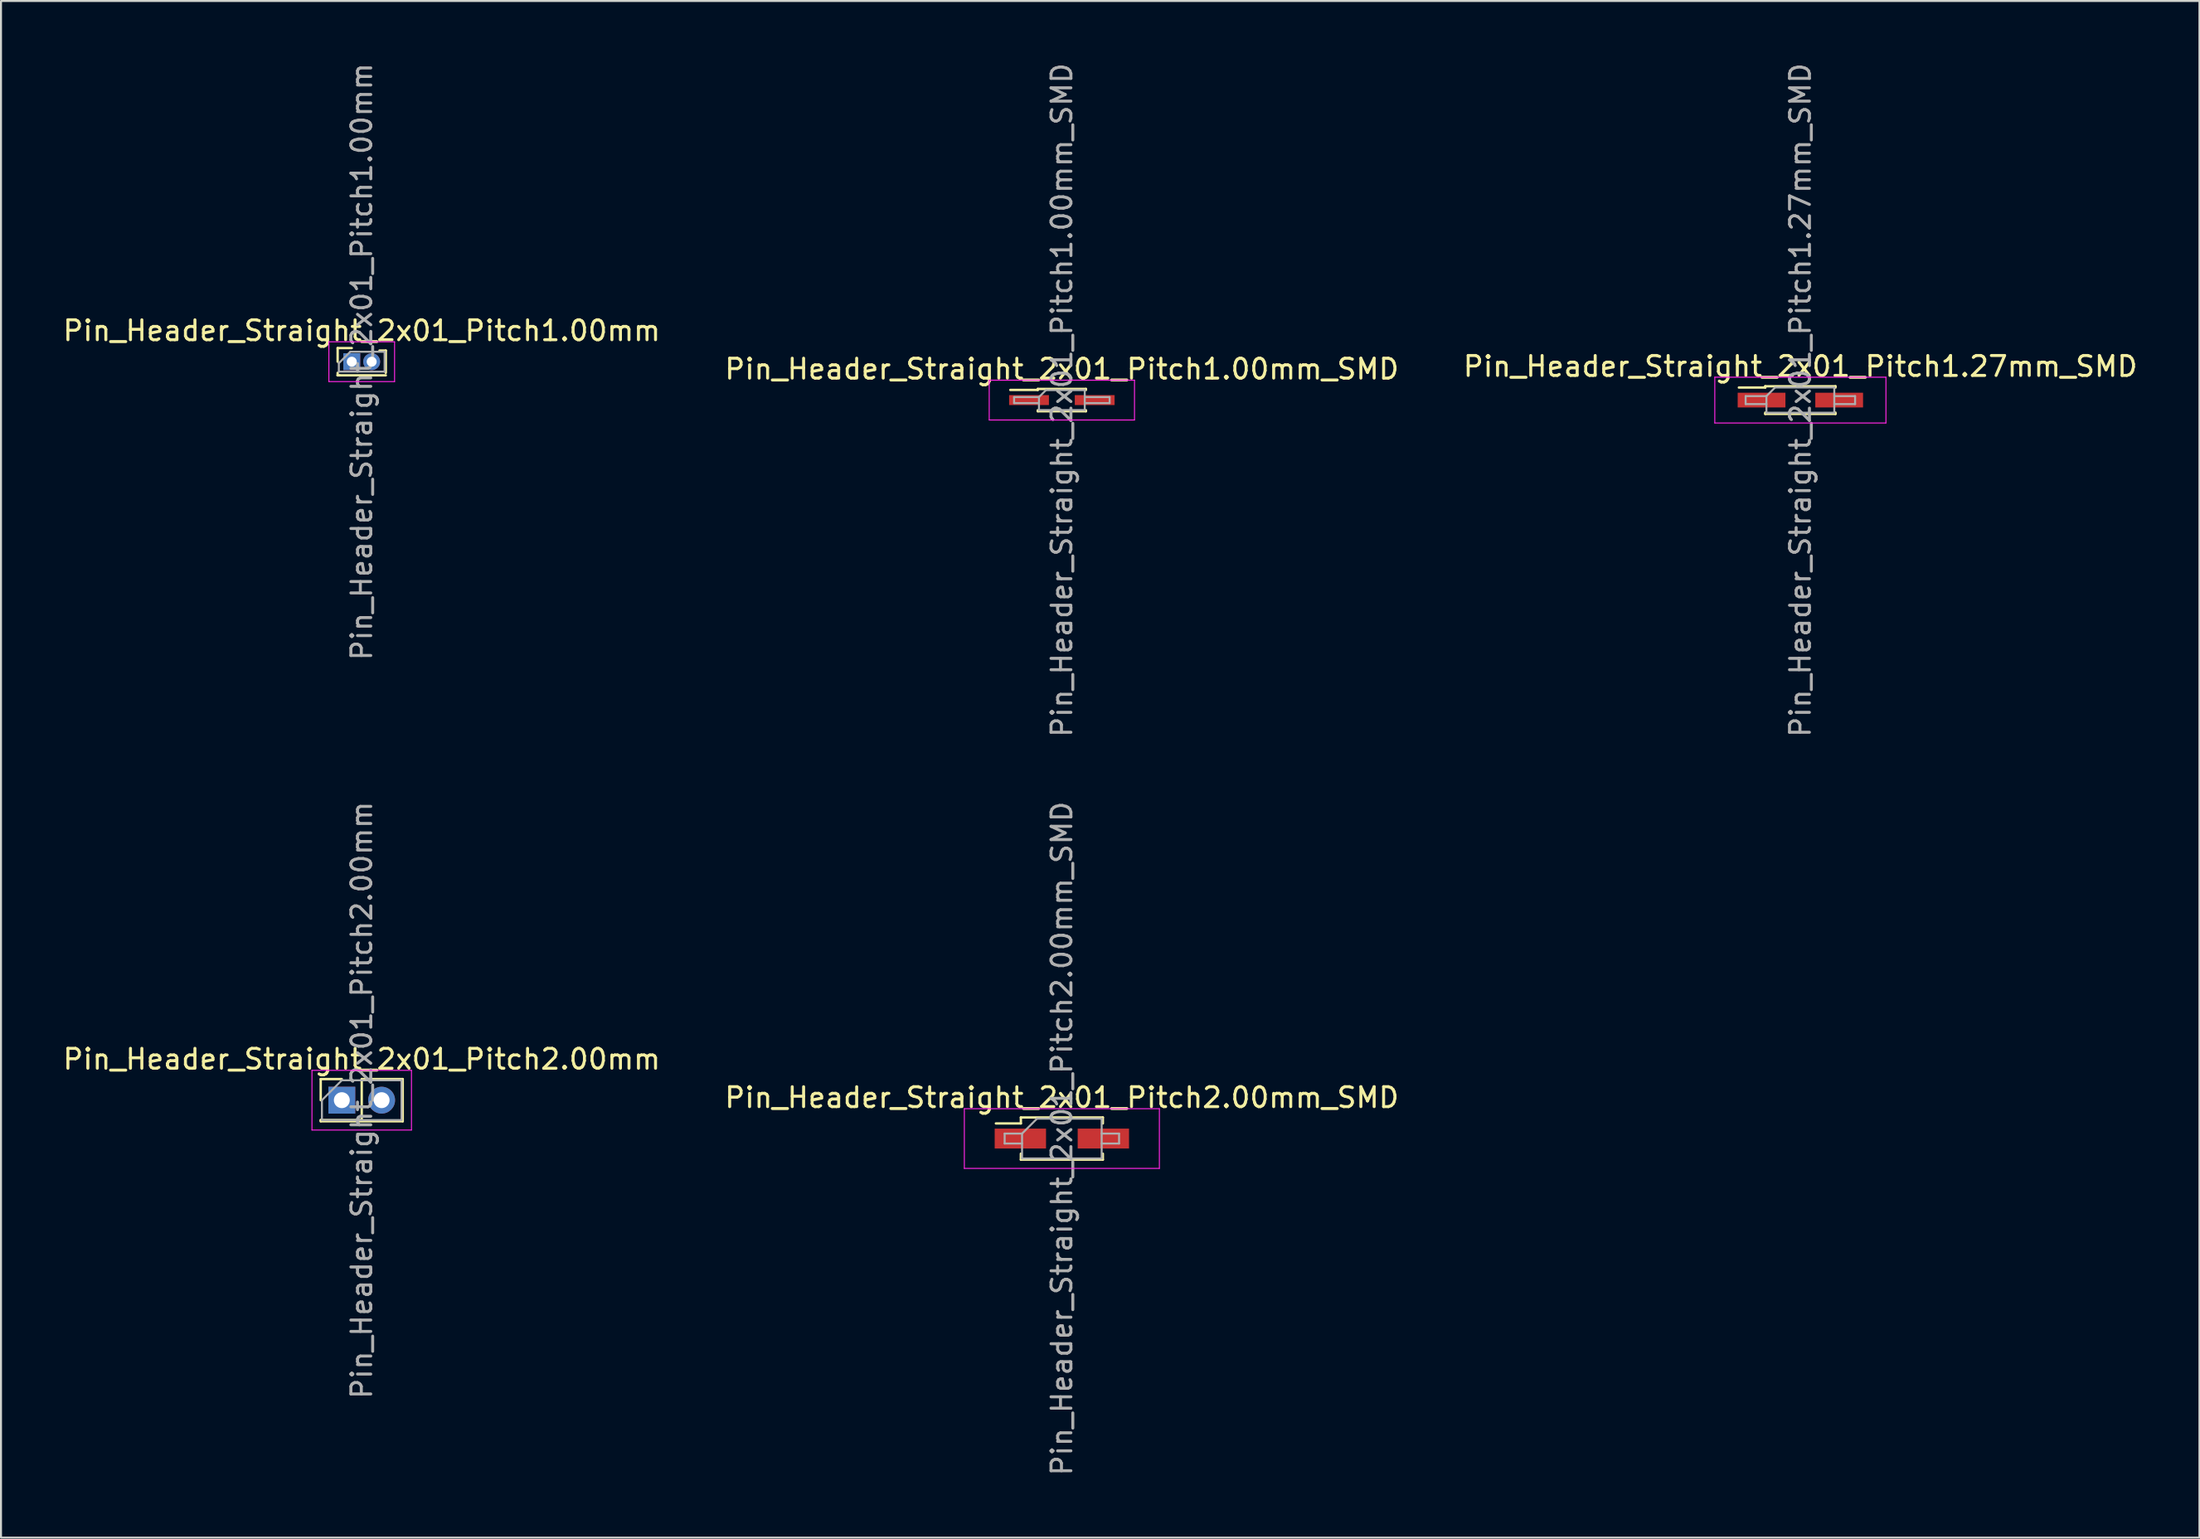
<source format=kicad_pcb>
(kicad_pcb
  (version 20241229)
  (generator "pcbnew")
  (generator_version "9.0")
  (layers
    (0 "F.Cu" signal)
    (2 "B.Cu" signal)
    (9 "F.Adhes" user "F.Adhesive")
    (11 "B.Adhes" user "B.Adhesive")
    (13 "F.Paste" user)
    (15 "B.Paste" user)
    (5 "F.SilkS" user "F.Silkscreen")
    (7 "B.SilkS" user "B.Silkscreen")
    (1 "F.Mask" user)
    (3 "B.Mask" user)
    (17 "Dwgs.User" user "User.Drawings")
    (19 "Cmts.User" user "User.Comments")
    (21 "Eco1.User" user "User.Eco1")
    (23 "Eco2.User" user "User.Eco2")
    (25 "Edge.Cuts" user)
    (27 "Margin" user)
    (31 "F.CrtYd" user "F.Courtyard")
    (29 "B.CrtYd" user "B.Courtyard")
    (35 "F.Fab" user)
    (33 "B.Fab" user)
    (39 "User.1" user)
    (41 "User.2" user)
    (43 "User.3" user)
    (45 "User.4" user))
  (footprint "Pin_Header_Straight_2x01_Pitch1.00mm"
    (layer "F.Cu")
    (at 14.625 15.125)
    (property "Reference" "Pin_Header_Straight_2x01_Pitch1.00mm" (at 0.5 -1.56 0) (layer "F.SilkS") (effects (font (size 1 1) (thickness 0.15))))
    (attr through_hole)
    (fp_line (start -0.71 -0.685) (end 0 -0.685) (stroke (width 0.12) (type solid)) (layer "F.SilkS"))
    (fp_line (start -0.71 0) (end -0.71 -0.685) (stroke (width 0.12) (type solid)) (layer "F.SilkS"))
    (fp_line (start -0.71 0.685) (end -0.71 0.56) (stroke (width 0.12) (type solid)) (layer "F.SilkS"))
    (fp_line (start -0.71 0.685) (end -0.608 0.685) (stroke (width 0.12) (type solid)) (layer "F.SilkS"))
    (fp_line (start -0.71 0.685) (end 1.71 0.685) (stroke (width 0.12) (type solid)) (layer "F.SilkS"))
    (fp_line (start 1.394 -0.56) (end 1.71 -0.56) (stroke (width 0.12) (type solid)) (layer "F.SilkS"))
    (fp_line (start 1.71 -0.56) (end 1.71 0.56) (stroke (width 0.12) (type solid)) (layer "F.SilkS"))
    (fp_line (start -1.15 -1) (end -1.15 1) (stroke (width 0.05) (type solid)) (layer "F.CrtYd"))
    (fp_line (start -1.15 1) (end 2.15 1) (stroke (width 0.05) (type solid)) (layer "F.CrtYd"))
    (fp_line (start 2.15 -1) (end -1.15 -1) (stroke (width 0.05) (type solid)) (layer "F.CrtYd"))
    (fp_line (start 2.15 1) (end 2.15 -1) (stroke (width 0.05) (type solid)) (layer "F.CrtYd"))
    (fp_line (start -0.65 0.075) (end -0.075 -0.5) (stroke (width 0.1) (type solid)) (layer "F.Fab"))
    (fp_line (start -0.65 0.5) (end -0.65 0.075) (stroke (width 0.1) (type solid)) (layer "F.Fab"))
    (fp_line (start -0.075 -0.5) (end 1.65 -0.5) (stroke (width 0.1) (type solid)) (layer "F.Fab"))
    (fp_line (start 1.65 -0.5) (end 1.65 0.5) (stroke (width 0.1) (type solid)) (layer "F.Fab"))
    (fp_line (start 1.65 0.5) (end -0.65 0.5) (stroke (width 0.1) (type solid)) (layer "F.Fab"))
    (fp_text user "${REFERENCE}" (at 0.5 0 90) (layer "F.Fab") (effects (font (size 1 1) (thickness 0.15))))
    (pad "1" thru_hole rect (at 0 0) (size 0.85 0.85) (drill 0.5) (layers "*.Cu" "*.Mask"))
    (pad "2" thru_hole oval (at 1 0) (size 0.85 0.85) (drill 0.5) (layers "*.Cu" "*.Mask")))
  (footprint "Pin_Header_Straight_2x01_Pitch2.00mm_SMD"
    (layer "F.Cu")
    (at 50.304 54.161)
    (property "Reference" "Pin_Header_Straight_2x01_Pitch2.00mm_SMD" (at 0 -2.06 0) (layer "F.SilkS") (effects (font (size 1 1) (thickness 0.15))))
    (attr smd)
    (fp_line (start -3.315 -0.76) (end -2.06 -0.76) (stroke (width 0.12) (type solid)) (layer "F.SilkS"))
    (fp_line (start -2.06 -1.06) (end -2.06 -0.76) (stroke (width 0.12) (type solid)) (layer "F.SilkS"))
    (fp_line (start -2.06 -1.06) (end 2.06 -1.06) (stroke (width 0.12) (type solid)) (layer "F.SilkS"))
    (fp_line (start -2.06 0.76) (end -2.06 1.06) (stroke (width 0.12) (type solid)) (layer "F.SilkS"))
    (fp_line (start -2.06 1.06) (end 2.06 1.06) (stroke (width 0.12) (type solid)) (layer "F.SilkS"))
    (fp_line (start 2.06 -1.06) (end 2.06 -0.76) (stroke (width 0.12) (type solid)) (layer "F.SilkS"))
    (fp_line (start 2.06 0.76) (end 2.06 1.06) (stroke (width 0.12) (type solid)) (layer "F.SilkS"))
    (fp_line (start -4.9 -1.5) (end -4.9 1.5) (stroke (width 0.05) (type solid)) (layer "F.CrtYd"))
    (fp_line (start -4.9 1.5) (end 4.9 1.5) (stroke (width 0.05) (type solid)) (layer "F.CrtYd"))
    (fp_line (start 4.9 -1.5) (end -4.9 -1.5) (stroke (width 0.05) (type solid)) (layer "F.CrtYd"))
    (fp_line (start 4.9 1.5) (end 4.9 -1.5) (stroke (width 0.05) (type solid)) (layer "F.CrtYd"))
    (fp_line (start -2.875 -0.25) (end -2.875 0.25) (stroke (width 0.1) (type solid)) (layer "F.Fab"))
    (fp_line (start -2.875 0.25) (end -2 0.25) (stroke (width 0.1) (type solid)) (layer "F.Fab"))
    (fp_line (start -2 -0.25) (end -2.875 -0.25) (stroke (width 0.1) (type solid)) (layer "F.Fab"))
    (fp_line (start -2 -0.25) (end -1.25 -1) (stroke (width 0.1) (type solid)) (layer "F.Fab"))
    (fp_line (start -2 1) (end -2 -0.25) (stroke (width 0.1) (type solid)) (layer "F.Fab"))
    (fp_line (start -1.25 -1) (end 2 -1) (stroke (width 0.1) (type solid)) (layer "F.Fab"))
    (fp_line (start 2 -1) (end 2 1) (stroke (width 0.1) (type solid)) (layer "F.Fab"))
    (fp_line (start 2 -0.25) (end 2.875 -0.25) (stroke (width 0.1) (type solid)) (layer "F.Fab"))
    (fp_line (start 2 1) (end -2 1) (stroke (width 0.1) (type solid)) (layer "F.Fab"))
    (fp_line (start 2.875 -0.25) (end 2.875 0.25) (stroke (width 0.1) (type solid)) (layer "F.Fab"))
    (fp_line (start 2.875 0.25) (end 2 0.25) (stroke (width 0.1) (type solid)) (layer "F.Fab"))
    (fp_text user "${REFERENCE}" (at 0 0 90) (layer "F.Fab") (effects (font (size 1 1) (thickness 0.15))))
    (pad "1" smd rect (at -2.085 0) (size 2.58 1) (layers "F.Cu" "F.Mask" "F.Paste"))
    (pad "2" smd rect (at 2.085 0) (size 2.58 1) (layers "F.Cu" "F.Mask" "F.Paste")))
  (footprint "Pin_Header_Straight_2x01_Pitch2.00mm"
    (layer "F.Cu")
    (at 14.125 52.232)
    (property "Reference" "Pin_Header_Straight_2x01_Pitch2.00mm" (at 1 -2.06 0) (layer "F.SilkS") (effects (font (size 1 1) (thickness 0.15))))
    (attr through_hole)
    (fp_line (start -1.06 -1.06) (end 0 -1.06) (stroke (width 0.12) (type solid)) (layer "F.SilkS"))
    (fp_line (start -1.06 0) (end -1.06 -1.06) (stroke (width 0.12) (type solid)) (layer "F.SilkS"))
    (fp_line (start -1.06 1) (end -1.06 1.06) (stroke (width 0.12) (type solid)) (layer "F.SilkS"))
    (fp_line (start -1.06 1) (end 1 1) (stroke (width 0.12) (type solid)) (layer "F.SilkS"))
    (fp_line (start -1.06 1.06) (end 3.06 1.06) (stroke (width 0.12) (type solid)) (layer "F.SilkS"))
    (fp_line (start 1 -1.06) (end 3.06 -1.06) (stroke (width 0.12) (type solid)) (layer "F.SilkS"))
    (fp_line (start 1 1) (end 1 -1.06) (stroke (width 0.12) (type solid)) (layer "F.SilkS"))
    (fp_line (start 3.06 -1.06) (end 3.06 1.06) (stroke (width 0.12) (type solid)) (layer "F.SilkS"))
    (fp_line (start -1.5 -1.5) (end -1.5 1.5) (stroke (width 0.05) (type solid)) (layer "F.CrtYd"))
    (fp_line (start -1.5 1.5) (end 3.5 1.5) (stroke (width 0.05) (type solid)) (layer "F.CrtYd"))
    (fp_line (start 3.5 -1.5) (end -1.5 -1.5) (stroke (width 0.05) (type solid)) (layer "F.CrtYd"))
    (fp_line (start 3.5 1.5) (end 3.5 -1.5) (stroke (width 0.05) (type solid)) (layer "F.CrtYd"))
    (fp_line (start -1 0) (end 0 -1) (stroke (width 0.1) (type solid)) (layer "F.Fab"))
    (fp_line (start -1 1) (end -1 0) (stroke (width 0.1) (type solid)) (layer "F.Fab"))
    (fp_line (start 0 -1) (end 3 -1) (stroke (width 0.1) (type solid)) (layer "F.Fab"))
    (fp_line (start 3 -1) (end 3 1) (stroke (width 0.1) (type solid)) (layer "F.Fab"))
    (fp_line (start 3 1) (end -1 1) (stroke (width 0.1) (type solid)) (layer "F.Fab"))
    (fp_text user "${REFERENCE}" (at 1 0 90) (layer "F.Fab") (effects (font (size 1 1) (thickness 0.15))))
    (pad "1" thru_hole rect (at 0 0) (size 1.35 1.35) (drill 0.8) (layers "*.Cu" "*.Mask"))
    (pad "2" thru_hole oval (at 2 0) (size 1.35 1.35) (drill 0.8) (layers "*.Cu" "*.Mask")))
  (footprint "Pin_Header_Straight_2x01_Pitch1.27mm_SMD"
    (layer "F.Cu")
    (at 87.411 17.054)
    (property "Reference" "Pin_Header_Straight_2x01_Pitch1.27mm_SMD" (at 0 -1.695 0) (layer "F.SilkS") (effects (font (size 1 1) (thickness 0.15))))
    (attr smd)
    (fp_line (start -3.09 -0.63) (end -1.765 -0.63) (stroke (width 0.12) (type solid)) (layer "F.SilkS"))
    (fp_line (start -1.765 -0.695) (end -1.765 -0.63) (stroke (width 0.12) (type solid)) (layer "F.SilkS"))
    (fp_line (start -1.765 -0.695) (end 1.765 -0.695) (stroke (width 0.12) (type solid)) (layer "F.SilkS"))
    (fp_line (start -1.765 0.63) (end -1.765 0.695) (stroke (width 0.12) (type solid)) (layer "F.SilkS"))
    (fp_line (start -1.765 0.695) (end 1.765 0.695) (stroke (width 0.12) (type solid)) (layer "F.SilkS"))
    (fp_line (start 1.765 -0.695) (end 1.765 -0.63) (stroke (width 0.12) (type solid)) (layer "F.SilkS"))
    (fp_line (start 1.765 0.63) (end 1.765 0.695) (stroke (width 0.12) (type solid)) (layer "F.SilkS"))
    (fp_line (start -4.3 -1.15) (end -4.3 1.15) (stroke (width 0.05) (type solid)) (layer "F.CrtYd"))
    (fp_line (start -4.3 1.15) (end 4.3 1.15) (stroke (width 0.05) (type solid)) (layer "F.CrtYd"))
    (fp_line (start 4.3 -1.15) (end -4.3 -1.15) (stroke (width 0.05) (type solid)) (layer "F.CrtYd"))
    (fp_line (start 4.3 1.15) (end 4.3 -1.15) (stroke (width 0.05) (type solid)) (layer "F.CrtYd"))
    (fp_line (start -2.75 -0.2) (end -2.75 0.2) (stroke (width 0.1) (type solid)) (layer "F.Fab"))
    (fp_line (start -2.75 0.2) (end -1.705 0.2) (stroke (width 0.1) (type solid)) (layer "F.Fab"))
    (fp_line (start -1.705 -0.2) (end -2.75 -0.2) (stroke (width 0.1) (type solid)) (layer "F.Fab"))
    (fp_line (start -1.705 -0.2) (end -1.27 -0.635) (stroke (width 0.1) (type solid)) (layer "F.Fab"))
    (fp_line (start -1.705 0.635) (end -1.705 -0.2) (stroke (width 0.1) (type solid)) (layer "F.Fab"))
    (fp_line (start -1.27 -0.635) (end 1.705 -0.635) (stroke (width 0.1) (type solid)) (layer "F.Fab"))
    (fp_line (start 1.705 -0.635) (end 1.705 0.635) (stroke (width 0.1) (type solid)) (layer "F.Fab"))
    (fp_line (start 1.705 -0.2) (end 2.75 -0.2) (stroke (width 0.1) (type solid)) (layer "F.Fab"))
    (fp_line (start 1.705 0.635) (end -1.705 0.635) (stroke (width 0.1) (type solid)) (layer "F.Fab"))
    (fp_line (start 2.75 -0.2) (end 2.75 0.2) (stroke (width 0.1) (type solid)) (layer "F.Fab"))
    (fp_line (start 2.75 0.2) (end 1.705 0.2) (stroke (width 0.1) (type solid)) (layer "F.Fab"))
    (fp_text user "${REFERENCE}" (at 0 0 90) (layer "F.Fab") (effects (font (size 1 1) (thickness 0.15))))
    (pad "1" smd rect (at -1.95 0) (size 2.4 0.74) (layers "F.Cu" "F.Mask" "F.Paste"))
    (pad "2" smd rect (at 1.95 0) (size 2.4 0.74) (layers "F.Cu" "F.Mask" "F.Paste")))
  (footprint "Pin_Header_Straight_2x01_Pitch1.00mm_SMD"
    (layer "F.Cu")
    (at 50.304 17.054)
    (property "Reference" "Pin_Header_Straight_2x01_Pitch1.00mm_SMD" (at 0 -1.56 0) (layer "F.SilkS") (effects (font (size 1 1) (thickness 0.15))))
    (attr smd)
    (fp_line (start -2.59 -0.51) (end -1.21 -0.51) (stroke (width 0.12) (type solid)) (layer "F.SilkS"))
    (fp_line (start -1.21 -0.56) (end -1.21 -0.51) (stroke (width 0.12) (type solid)) (layer "F.SilkS"))
    (fp_line (start -1.21 -0.56) (end 1.21 -0.56) (stroke (width 0.12) (type solid)) (layer "F.SilkS"))
    (fp_line (start -1.21 0.51) (end -1.21 0.56) (stroke (width 0.12) (type solid)) (layer "F.SilkS"))
    (fp_line (start -1.21 0.56) (end 1.21 0.56) (stroke (width 0.12) (type solid)) (layer "F.SilkS"))
    (fp_line (start 1.21 -0.56) (end 1.21 -0.51) (stroke (width 0.12) (type solid)) (layer "F.SilkS"))
    (fp_line (start 1.21 0.51) (end 1.21 0.56) (stroke (width 0.12) (type solid)) (layer "F.SilkS"))
    (fp_line (start -3.65 -1) (end -3.65 1) (stroke (width 0.05) (type solid)) (layer "F.CrtYd"))
    (fp_line (start -3.65 1) (end 3.65 1) (stroke (width 0.05) (type solid)) (layer "F.CrtYd"))
    (fp_line (start 3.65 -1) (end -3.65 -1) (stroke (width 0.05) (type solid)) (layer "F.CrtYd"))
    (fp_line (start 3.65 1) (end 3.65 -1) (stroke (width 0.05) (type solid)) (layer "F.CrtYd"))
    (fp_line (start -2.4 -0.15) (end -2.4 0.15) (stroke (width 0.1) (type solid)) (layer "F.Fab"))
    (fp_line (start -2.4 0.15) (end -1.15 0.15) (stroke (width 0.1) (type solid)) (layer "F.Fab"))
    (fp_line (start -1.15 -0.15) (end -2.4 -0.15) (stroke (width 0.1) (type solid)) (layer "F.Fab"))
    (fp_line (start -1.15 -0.15) (end -0.8 -0.5) (stroke (width 0.1) (type solid)) (layer "F.Fab"))
    (fp_line (start -1.15 0.5) (end -1.15 -0.15) (stroke (width 0.1) (type solid)) (layer "F.Fab"))
    (fp_line (start -0.8 -0.5) (end 1.15 -0.5) (stroke (width 0.1) (type solid)) (layer "F.Fab"))
    (fp_line (start 1.15 -0.5) (end 1.15 0.5) (stroke (width 0.1) (type solid)) (layer "F.Fab"))
    (fp_line (start 1.15 -0.15) (end 2.4 -0.15) (stroke (width 0.1) (type solid)) (layer "F.Fab"))
    (fp_line (start 1.15 0.5) (end -1.15 0.5) (stroke (width 0.1) (type solid)) (layer "F.Fab"))
    (fp_line (start 2.4 -0.15) (end 2.4 0.15) (stroke (width 0.1) (type solid)) (layer "F.Fab"))
    (fp_line (start 2.4 0.15) (end 1.15 0.15) (stroke (width 0.1) (type solid)) (layer "F.Fab"))
    (fp_text user "${REFERENCE}" (at 0 0 90) (layer "F.Fab") (effects (font (size 1 1) (thickness 0.15))))
    (pad "1" smd rect (at -1.65 0) (size 2 0.5) (layers "F.Cu" "F.Mask" "F.Paste"))
    (pad "2" smd rect (at 1.65 0) (size 2 0.5) (layers "F.Cu" "F.Mask" "F.Paste")))
  (gr_rect
    (start -3 -3)
    (end 107.464 74.214)
    (stroke (width 0.1) (type default))
    (fill no)
    (layer "Edge.Cuts")))
</source>
